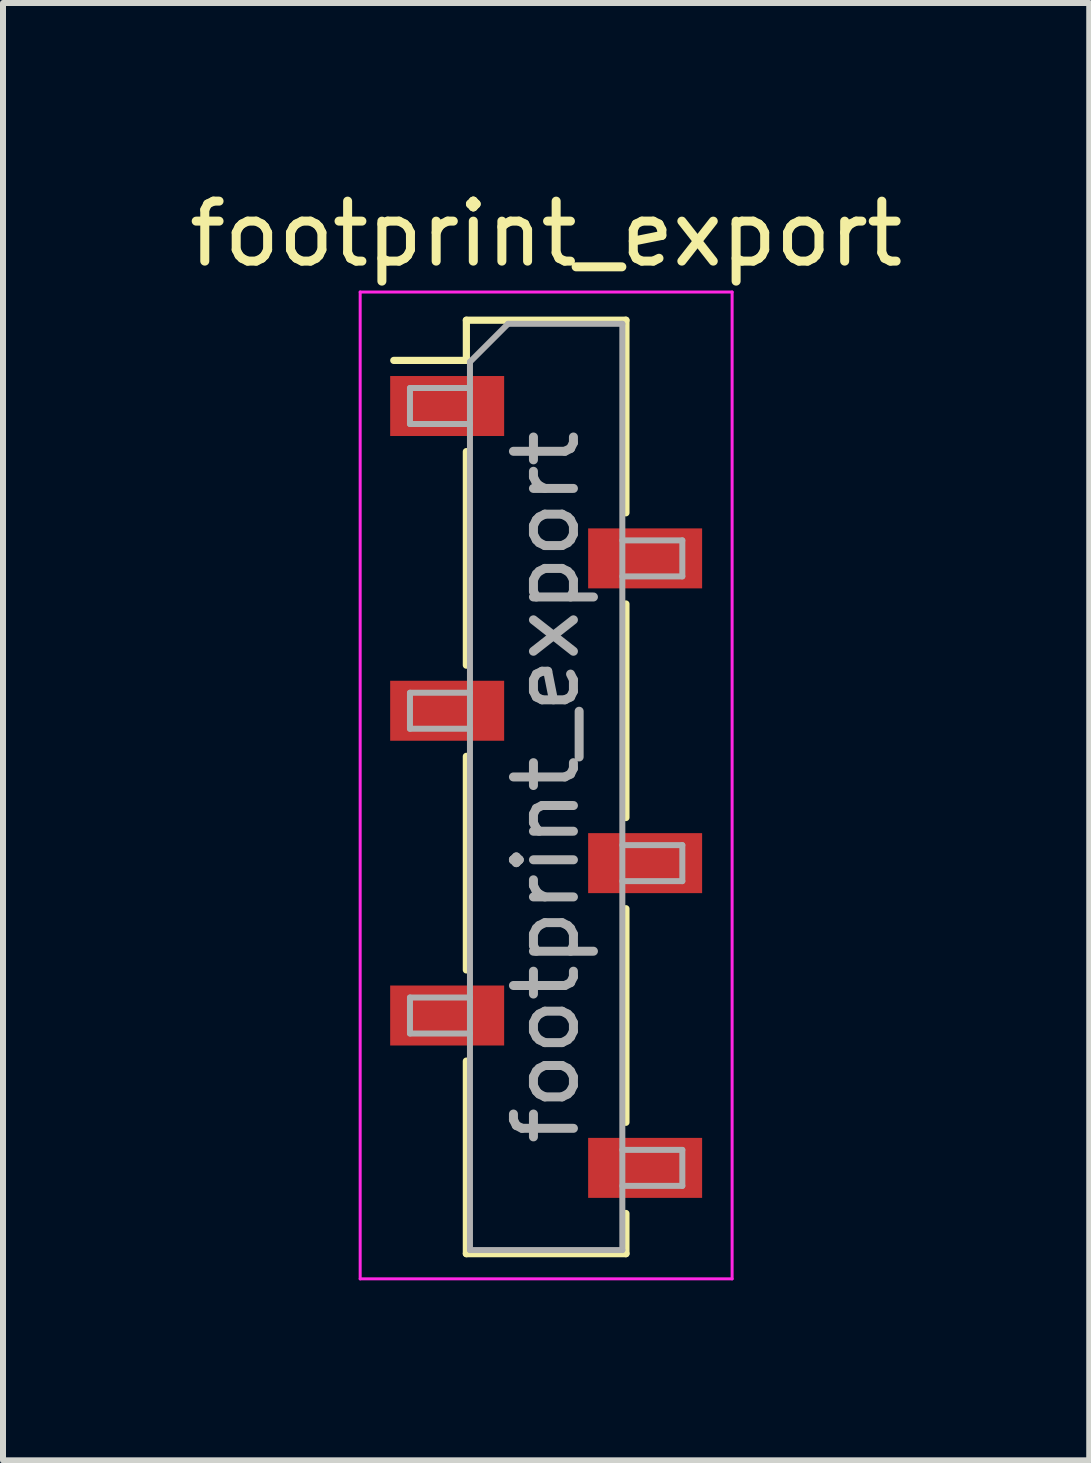
<source format=kicad_pcb>
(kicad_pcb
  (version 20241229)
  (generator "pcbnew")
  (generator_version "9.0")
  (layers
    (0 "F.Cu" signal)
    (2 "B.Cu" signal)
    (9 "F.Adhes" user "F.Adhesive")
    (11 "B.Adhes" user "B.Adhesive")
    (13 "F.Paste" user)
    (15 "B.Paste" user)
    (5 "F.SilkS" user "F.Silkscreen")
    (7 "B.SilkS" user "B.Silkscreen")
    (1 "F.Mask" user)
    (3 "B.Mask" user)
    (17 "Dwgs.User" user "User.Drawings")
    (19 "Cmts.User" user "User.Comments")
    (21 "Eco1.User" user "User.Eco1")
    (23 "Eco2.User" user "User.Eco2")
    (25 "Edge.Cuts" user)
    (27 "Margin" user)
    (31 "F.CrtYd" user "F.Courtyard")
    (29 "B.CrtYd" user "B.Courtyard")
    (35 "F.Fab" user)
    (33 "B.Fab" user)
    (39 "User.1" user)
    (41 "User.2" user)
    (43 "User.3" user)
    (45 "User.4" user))
  (footprint "footprint_export"
    (layer "F.Cu")
    (at 6.054 10.068)
    (property "Reference" "footprint_export" (at 0 -9.22 0) (layer "F.SilkS") (effects (font (size 1 1) (thickness 0.15))))
    (attr smd)
    (fp_line (start -2.54 -7.11) (end -1.33 -7.11) (stroke (width 0.12) (type solid)) (layer "F.SilkS"))
    (fp_line (start -1.33 -7.78) (end -1.33 -7.11) (stroke (width 0.12) (type solid)) (layer "F.SilkS"))
    (fp_line (start -1.33 -7.78) (end 1.33 -7.78) (stroke (width 0.12) (type solid)) (layer "F.SilkS"))
    (fp_line (start -1.33 -5.59) (end -1.33 -2.03) (stroke (width 0.12) (type solid)) (layer "F.SilkS"))
    (fp_line (start -1.33 -0.51) (end -1.33 3.05) (stroke (width 0.12) (type solid)) (layer "F.SilkS"))
    (fp_line (start -1.33 4.57) (end -1.33 7.78) (stroke (width 0.12) (type solid)) (layer "F.SilkS"))
    (fp_line (start -1.33 7.78) (end 1.33 7.78) (stroke (width 0.12) (type solid)) (layer "F.SilkS"))
    (fp_line (start 1.33 -7.78) (end 1.33 -4.57) (stroke (width 0.12) (type solid)) (layer "F.SilkS"))
    (fp_line (start 1.33 -3.05) (end 1.33 0.51) (stroke (width 0.12) (type solid)) (layer "F.SilkS"))
    (fp_line (start 1.33 2.03) (end 1.33 5.59) (stroke (width 0.12) (type solid)) (layer "F.SilkS"))
    (fp_line (start 1.33 7.11) (end 1.33 7.78) (stroke (width 0.12) (type solid)) (layer "F.SilkS"))
    (fp_line (start -3.1 -8.25) (end 3.1 -8.25) (stroke (width 0.05) (type solid)) (layer "F.CrtYd"))
    (fp_line (start -3.1 8.2) (end -3.1 -8.25) (stroke (width 0.05) (type solid)) (layer "F.CrtYd"))
    (fp_line (start 3.1 -8.25) (end 3.1 8.2) (stroke (width 0.05) (type solid)) (layer "F.CrtYd"))
    (fp_line (start 3.1 8.2) (end -3.1 8.2) (stroke (width 0.05) (type solid)) (layer "F.CrtYd"))
    (fp_line (start -2.27 -6.65) (end -1.27 -6.65) (stroke (width 0.1) (type solid)) (layer "F.Fab"))
    (fp_line (start -2.27 -6.05) (end -2.27 -6.65) (stroke (width 0.1) (type solid)) (layer "F.Fab"))
    (fp_line (start -2.27 -1.57) (end -1.27 -1.57) (stroke (width 0.1) (type solid)) (layer "F.Fab"))
    (fp_line (start -2.27 -0.97) (end -2.27 -1.57) (stroke (width 0.1) (type solid)) (layer "F.Fab"))
    (fp_line (start -2.27 3.51) (end -1.27 3.51) (stroke (width 0.1) (type solid)) (layer "F.Fab"))
    (fp_line (start -2.27 4.11) (end -2.27 3.51) (stroke (width 0.1) (type solid)) (layer "F.Fab"))
    (fp_line (start -1.27 -7.085) (end -0.635 -7.72) (stroke (width 0.1) (type solid)) (layer "F.Fab"))
    (fp_line (start -1.27 -6.05) (end -2.27 -6.05) (stroke (width 0.1) (type solid)) (layer "F.Fab"))
    (fp_line (start -1.27 -0.97) (end -2.27 -0.97) (stroke (width 0.1) (type solid)) (layer "F.Fab"))
    (fp_line (start -1.27 4.11) (end -2.27 4.11) (stroke (width 0.1) (type solid)) (layer "F.Fab"))
    (fp_line (start -1.27 7.72) (end -1.27 -7.085) (stroke (width 0.1) (type solid)) (layer "F.Fab"))
    (fp_line (start -0.635 -7.72) (end 1.27 -7.72) (stroke (width 0.1) (type solid)) (layer "F.Fab"))
    (fp_line (start 1.27 -7.72) (end 1.27 7.72) (stroke (width 0.1) (type solid)) (layer "F.Fab"))
    (fp_line (start 1.27 -4.11) (end 2.27 -4.11) (stroke (width 0.1) (type solid)) (layer "F.Fab"))
    (fp_line (start 1.27 0.97) (end 2.27 0.97) (stroke (width 0.1) (type solid)) (layer "F.Fab"))
    (fp_line (start 1.27 6.05) (end 2.27 6.05) (stroke (width 0.1) (type solid)) (layer "F.Fab"))
    (fp_line (start 1.27 7.72) (end -1.27 7.72) (stroke (width 0.1) (type solid)) (layer "F.Fab"))
    (fp_line (start 2.27 -4.11) (end 2.27 -3.51) (stroke (width 0.1) (type solid)) (layer "F.Fab"))
    (fp_line (start 2.27 -3.51) (end 1.27 -3.51) (stroke (width 0.1) (type solid)) (layer "F.Fab"))
    (fp_line (start 2.27 0.97) (end 2.27 1.57) (stroke (width 0.1) (type solid)) (layer "F.Fab"))
    (fp_line (start 2.27 1.57) (end 1.27 1.57) (stroke (width 0.1) (type solid)) (layer "F.Fab"))
    (fp_line (start 2.27 6.05) (end 2.27 6.65) (stroke (width 0.1) (type solid)) (layer "F.Fab"))
    (fp_line (start 2.27 6.65) (end 1.27 6.65) (stroke (width 0.1) (type solid)) (layer "F.Fab"))
    (fp_text user "${REFERENCE}" (at 0 0 90) (layer "F.Fab") (effects (font (size 1 1) (thickness 0.15))))
    (pad "1" smd rect (at -1.65 -6.35) (size 1.9 1) (layers "F.Cu" "F.Mask" "F.Paste"))
    (pad "2" smd rect (at 1.65 -3.81) (size 1.9 1) (layers "F.Cu" "F.Mask" "F.Paste"))
    (pad "3" smd rect (at -1.65 -1.27) (size 1.9 1) (layers "F.Cu" "F.Mask" "F.Paste"))
    (pad "4" smd rect (at 1.65 1.27) (size 1.9 1) (layers "F.Cu" "F.Mask" "F.Paste"))
    (pad "5" smd rect (at -1.65 3.81) (size 1.9 1) (layers "F.Cu" "F.Mask" "F.Paste"))
    (pad "6" smd rect (at 1.65 6.35) (size 1.9 1) (layers "F.Cu" "F.Mask" "F.Paste")))
  (gr_rect
    (start -3 -3)
    (end 15.107 21.293)
    (stroke (width 0.1) (type default))
    (fill no)
    (layer "Edge.Cuts")))
</source>
